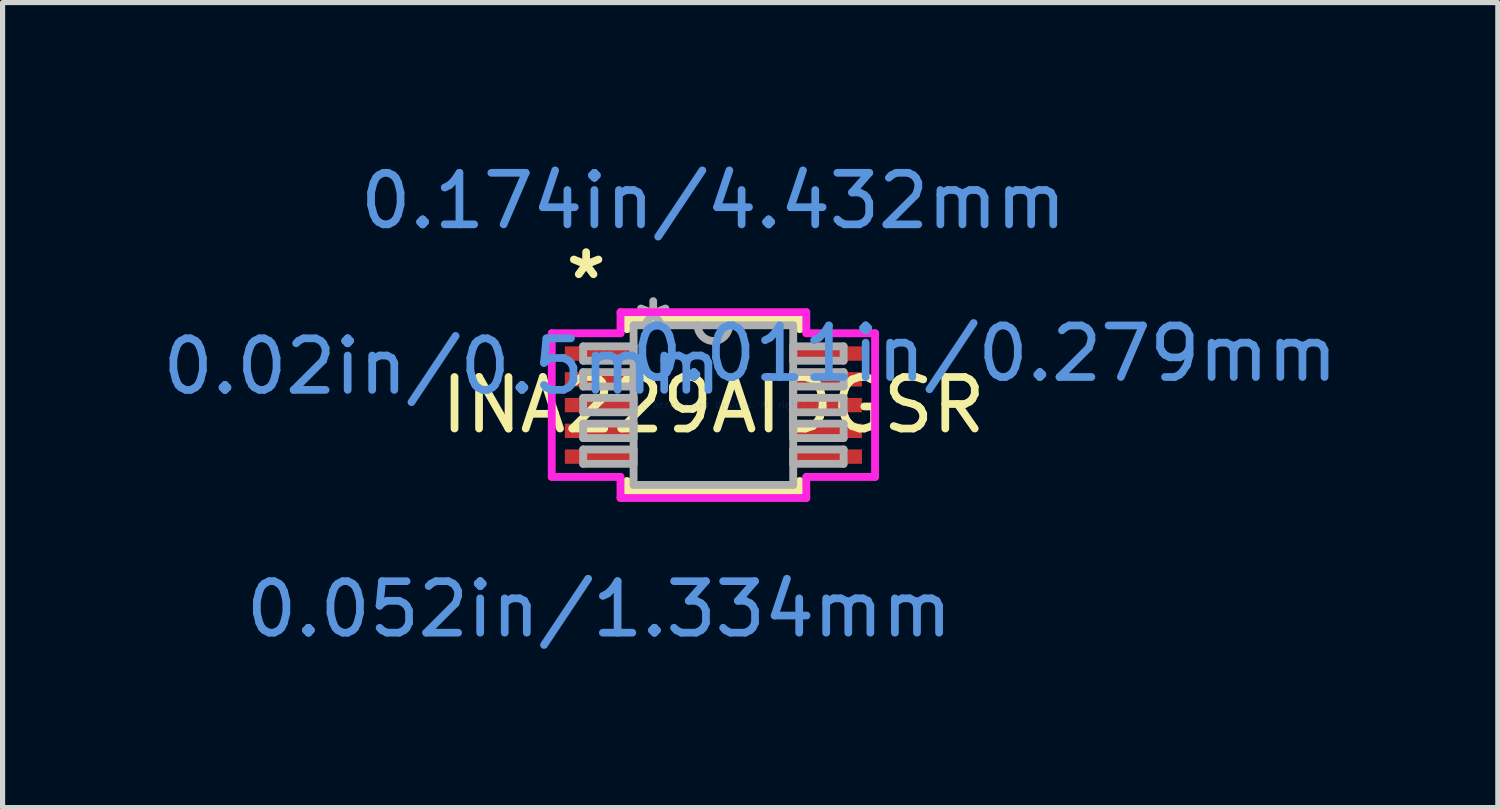
<source format=kicad_pcb>
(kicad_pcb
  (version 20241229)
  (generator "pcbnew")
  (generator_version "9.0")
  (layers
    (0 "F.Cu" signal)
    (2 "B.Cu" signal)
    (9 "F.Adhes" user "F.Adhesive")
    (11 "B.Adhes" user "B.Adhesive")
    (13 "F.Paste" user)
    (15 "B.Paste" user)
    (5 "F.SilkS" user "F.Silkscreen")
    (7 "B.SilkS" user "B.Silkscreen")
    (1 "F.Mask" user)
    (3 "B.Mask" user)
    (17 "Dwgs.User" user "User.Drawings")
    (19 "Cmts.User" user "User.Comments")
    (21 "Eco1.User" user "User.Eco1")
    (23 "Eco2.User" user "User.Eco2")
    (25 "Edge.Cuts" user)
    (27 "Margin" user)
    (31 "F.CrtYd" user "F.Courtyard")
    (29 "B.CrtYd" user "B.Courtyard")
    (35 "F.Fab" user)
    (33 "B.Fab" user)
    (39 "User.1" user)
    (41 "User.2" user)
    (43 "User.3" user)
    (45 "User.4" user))
  (footprint "INA229AIDGSR"
    (layer "F.Cu")
    (at 10.794 4.811)
    (property "Reference" "INA229AIDGSR" (at 0 0 0) (layer "F.SilkS") (effects (font (size 1 1) (thickness 0.15))))
    (attr through_hole)
    (fp_line (start -1.676 -1.676) (end -1.676 -1.473) (stroke (width 0.152) (type solid)) (layer "F.SilkS"))
    (fp_line (start -1.676 1.473) (end -1.676 1.676) (stroke (width 0.152) (type solid)) (layer "F.SilkS"))
    (fp_line (start -1.676 1.676) (end 1.676 1.676) (stroke (width 0.152) (type solid)) (layer "F.SilkS"))
    (fp_line (start 1.676 -1.676) (end -1.676 -1.676) (stroke (width 0.152) (type solid)) (layer "F.SilkS"))
    (fp_line (start 1.676 -1.473) (end 1.676 -1.676) (stroke (width 0.152) (type solid)) (layer "F.SilkS"))
    (fp_line (start 1.676 1.676) (end 1.676 1.473) (stroke (width 0.152) (type solid)) (layer "F.SilkS"))
    (fp_line (start -3.137 -1.394) (end -1.803 -1.394) (stroke (width 0.152) (type solid)) (layer "F.CrtYd"))
    (fp_line (start -3.137 1.394) (end -3.137 -1.394) (stroke (width 0.152) (type solid)) (layer "F.CrtYd"))
    (fp_line (start -3.137 1.394) (end -1.803 1.394) (stroke (width 0.152) (type solid)) (layer "F.CrtYd"))
    (fp_line (start -1.803 -1.803) (end 1.803 -1.803) (stroke (width 0.152) (type solid)) (layer "F.CrtYd"))
    (fp_line (start -1.803 -1.394) (end -1.803 -1.803) (stroke (width 0.152) (type solid)) (layer "F.CrtYd"))
    (fp_line (start -1.803 1.803) (end -1.803 1.394) (stroke (width 0.152) (type solid)) (layer "F.CrtYd"))
    (fp_line (start 1.803 -1.803) (end 1.803 -1.394) (stroke (width 0.152) (type solid)) (layer "F.CrtYd"))
    (fp_line (start 1.803 1.394) (end 1.803 1.803) (stroke (width 0.152) (type solid)) (layer "F.CrtYd"))
    (fp_line (start 1.803 1.803) (end -1.803 1.803) (stroke (width 0.152) (type solid)) (layer "F.CrtYd"))
    (fp_line (start 3.137 -1.394) (end 1.803 -1.394) (stroke (width 0.152) (type solid)) (layer "F.CrtYd"))
    (fp_line (start 3.137 -1.394) (end 3.137 1.394) (stroke (width 0.152) (type solid)) (layer "F.CrtYd"))
    (fp_line (start 3.137 1.394) (end 1.803 1.394) (stroke (width 0.152) (type solid)) (layer "F.CrtYd"))
    (fp_line (start -2.527 -1.14) (end -2.527 -0.861) (stroke (width 0.152) (type solid)) (layer "F.Fab"))
    (fp_line (start -2.527 -0.861) (end -1.549 -0.861) (stroke (width 0.152) (type solid)) (layer "F.Fab"))
    (fp_line (start -2.527 -0.64) (end -2.527 -0.36) (stroke (width 0.152) (type solid)) (layer "F.Fab"))
    (fp_line (start -2.527 -0.36) (end -1.549 -0.36) (stroke (width 0.152) (type solid)) (layer "F.Fab"))
    (fp_line (start -2.527 -0.14) (end -2.527 0.14) (stroke (width 0.152) (type solid)) (layer "F.Fab"))
    (fp_line (start -2.527 0.14) (end -1.549 0.14) (stroke (width 0.152) (type solid)) (layer "F.Fab"))
    (fp_line (start -2.527 0.36) (end -2.527 0.64) (stroke (width 0.152) (type solid)) (layer "F.Fab"))
    (fp_line (start -2.527 0.64) (end -1.549 0.64) (stroke (width 0.152) (type solid)) (layer "F.Fab"))
    (fp_line (start -2.527 0.861) (end -2.527 1.14) (stroke (width 0.152) (type solid)) (layer "F.Fab"))
    (fp_line (start -2.527 1.14) (end -1.549 1.14) (stroke (width 0.152) (type solid)) (layer "F.Fab"))
    (fp_line (start -1.549 -1.549) (end -1.549 1.549) (stroke (width 0.152) (type solid)) (layer "F.Fab"))
    (fp_line (start -1.549 -1.14) (end -2.527 -1.14) (stroke (width 0.152) (type solid)) (layer "F.Fab"))
    (fp_line (start -1.549 -0.861) (end -1.549 -1.14) (stroke (width 0.152) (type solid)) (layer "F.Fab"))
    (fp_line (start -1.549 -0.64) (end -2.527 -0.64) (stroke (width 0.152) (type solid)) (layer "F.Fab"))
    (fp_line (start -1.549 -0.36) (end -1.549 -0.64) (stroke (width 0.152) (type solid)) (layer "F.Fab"))
    (fp_line (start -1.549 -0.14) (end -2.527 -0.14) (stroke (width 0.152) (type solid)) (layer "F.Fab"))
    (fp_line (start -1.549 0.14) (end -1.549 -0.14) (stroke (width 0.152) (type solid)) (layer "F.Fab"))
    (fp_line (start -1.549 0.36) (end -2.527 0.36) (stroke (width 0.152) (type solid)) (layer "F.Fab"))
    (fp_line (start -1.549 0.64) (end -1.549 0.36) (stroke (width 0.152) (type solid)) (layer "F.Fab"))
    (fp_line (start -1.549 0.861) (end -2.527 0.861) (stroke (width 0.152) (type solid)) (layer "F.Fab"))
    (fp_line (start -1.549 1.14) (end -1.549 0.861) (stroke (width 0.152) (type solid)) (layer "F.Fab"))
    (fp_line (start -1.549 1.549) (end 1.549 1.549) (stroke (width 0.152) (type solid)) (layer "F.Fab"))
    (fp_line (start 1.549 -1.549) (end -1.549 -1.549) (stroke (width 0.152) (type solid)) (layer "F.Fab"))
    (fp_line (start 1.549 -1.14) (end 1.549 -0.861) (stroke (width 0.152) (type solid)) (layer "F.Fab"))
    (fp_line (start 1.549 -0.861) (end 2.527 -0.861) (stroke (width 0.152) (type solid)) (layer "F.Fab"))
    (fp_line (start 1.549 -0.64) (end 1.549 -0.36) (stroke (width 0.152) (type solid)) (layer "F.Fab"))
    (fp_line (start 1.549 -0.36) (end 2.527 -0.36) (stroke (width 0.152) (type solid)) (layer "F.Fab"))
    (fp_line (start 1.549 -0.14) (end 1.549 0.14) (stroke (width 0.152) (type solid)) (layer "F.Fab"))
    (fp_line (start 1.549 0.14) (end 2.527 0.14) (stroke (width 0.152) (type solid)) (layer "F.Fab"))
    (fp_line (start 1.549 0.36) (end 1.549 0.64) (stroke (width 0.152) (type solid)) (layer "F.Fab"))
    (fp_line (start 1.549 0.64) (end 2.527 0.64) (stroke (width 0.152) (type solid)) (layer "F.Fab"))
    (fp_line (start 1.549 0.861) (end 1.549 1.14) (stroke (width 0.152) (type solid)) (layer "F.Fab"))
    (fp_line (start 1.549 1.14) (end 2.527 1.14) (stroke (width 0.152) (type solid)) (layer "F.Fab"))
    (fp_line (start 1.549 1.549) (end 1.549 -1.549) (stroke (width 0.152) (type solid)) (layer "F.Fab"))
    (fp_line (start 2.527 -1.14) (end 1.549 -1.14) (stroke (width 0.152) (type solid)) (layer "F.Fab"))
    (fp_line (start 2.527 -0.861) (end 2.527 -1.14) (stroke (width 0.152) (type solid)) (layer "F.Fab"))
    (fp_line (start 2.527 -0.64) (end 1.549 -0.64) (stroke (width 0.152) (type solid)) (layer "F.Fab"))
    (fp_line (start 2.527 -0.36) (end 2.527 -0.64) (stroke (width 0.152) (type solid)) (layer "F.Fab"))
    (fp_line (start 2.527 -0.14) (end 1.549 -0.14) (stroke (width 0.152) (type solid)) (layer "F.Fab"))
    (fp_line (start 2.527 0.14) (end 2.527 -0.14) (stroke (width 0.152) (type solid)) (layer "F.Fab"))
    (fp_line (start 2.527 0.36) (end 1.549 0.36) (stroke (width 0.152) (type solid)) (layer "F.Fab"))
    (fp_line (start 2.527 0.64) (end 2.527 0.36) (stroke (width 0.152) (type solid)) (layer "F.Fab"))
    (fp_line (start 2.527 0.861) (end 1.549 0.861) (stroke (width 0.152) (type solid)) (layer "F.Fab"))
    (fp_line (start 2.527 1.14) (end 2.527 0.861) (stroke (width 0.152) (type solid)) (layer "F.Fab"))
    (fp_arc (start 0.3048 -1.5494) (mid 0 -1.2446) (end -0.3048 -1.5494) (stroke (width 0.1524) (type solid)) (layer "F.Fab"))
    (fp_text user "*" (at -2.47 -2.423 0) (layer "F.SilkS") (effects (font (size 1 1) (thickness 0.15))))
    (fp_text user "Copyright 2016 Accelerated Designs. All rights reserved." (at 0 0 0) (layer "Cmts.User") (effects (font (size 0.127 0.127) (thickness 0.002))))
    (fp_text user "0.174in/4.432mm" (at 0 -3.962 0) (layer "Cmts.User") (effects (font (size 1 1) (thickness 0.15))))
    (fp_text user "0.02in/0.5mm" (at -5.264 -0.75 0) (layer "Cmts.User") (effects (font (size 1 1) (thickness 0.15))))
    (fp_text user "0.052in/1.334mm" (at -2.216 3.962 0) (layer "Cmts.User") (effects (font (size 1 1) (thickness 0.15))))
    (fp_text user "0.011in/0.279mm" (at 5.264 -1 0) (layer "Cmts.User") (effects (font (size 1 1) (thickness 0.15))))
    (fp_text user "*" (at -1.168 -1.473 0) (layer "F.Fab") (effects (font (size 1 1) (thickness 0.15))))
    (pad "1" smd rect (at -2.216 -1) (size 1.333 0.279) (layers "F.Cu" "F.Mask" "F.Paste"))
    (pad "2" smd rect (at -2.216 -0.5) (size 1.333 0.279) (layers "F.Cu" "F.Mask" "F.Paste"))
    (pad "3" smd rect (at -2.216 0) (size 1.333 0.279) (layers "F.Cu" "F.Mask" "F.Paste"))
    (pad "4" smd rect (at -2.216 0.5) (size 1.333 0.279) (layers "F.Cu" "F.Mask" "F.Paste"))
    (pad "5" smd rect (at -2.216 1) (size 1.333 0.279) (layers "F.Cu" "F.Mask" "F.Paste"))
    (pad "6" smd rect (at 2.216 1) (size 1.333 0.279) (layers "F.Cu" "F.Mask" "F.Paste"))
    (pad "7" smd rect (at 2.216 0.5) (size 1.333 0.279) (layers "F.Cu" "F.Mask" "F.Paste"))
    (pad "8" smd rect (at 2.216 0) (size 1.333 0.279) (layers "F.Cu" "F.Mask" "F.Paste"))
    (pad "9" smd rect (at 2.216 -0.5) (size 1.333 0.279) (layers "F.Cu" "F.Mask" "F.Paste"))
    (pad "10" smd rect (at 2.216 -1) (size 1.333 0.279) (layers "F.Cu" "F.Mask" "F.Paste")))
  (gr_rect
    (start -3 -3)
    (end 26.016 12.621)
    (stroke (width 0.1) (type default))
    (fill no)
    (layer "Edge.Cuts")))
</source>
